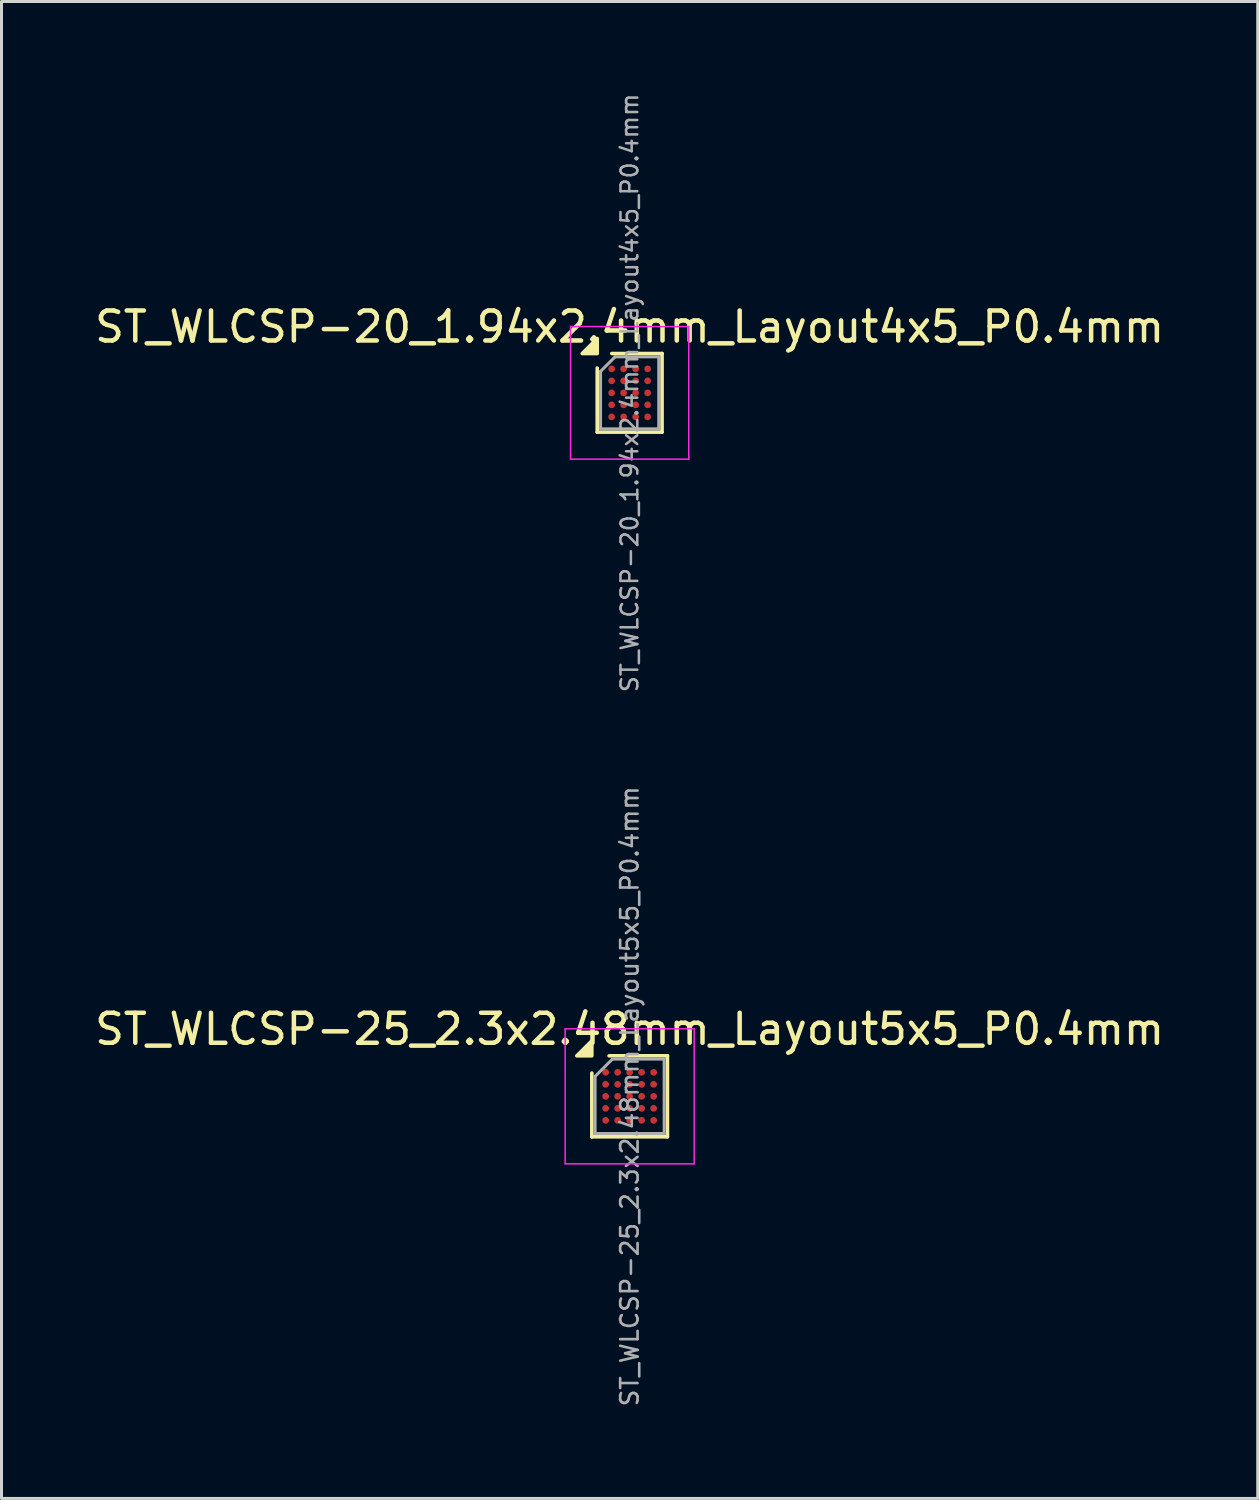
<source format=kicad_pcb>
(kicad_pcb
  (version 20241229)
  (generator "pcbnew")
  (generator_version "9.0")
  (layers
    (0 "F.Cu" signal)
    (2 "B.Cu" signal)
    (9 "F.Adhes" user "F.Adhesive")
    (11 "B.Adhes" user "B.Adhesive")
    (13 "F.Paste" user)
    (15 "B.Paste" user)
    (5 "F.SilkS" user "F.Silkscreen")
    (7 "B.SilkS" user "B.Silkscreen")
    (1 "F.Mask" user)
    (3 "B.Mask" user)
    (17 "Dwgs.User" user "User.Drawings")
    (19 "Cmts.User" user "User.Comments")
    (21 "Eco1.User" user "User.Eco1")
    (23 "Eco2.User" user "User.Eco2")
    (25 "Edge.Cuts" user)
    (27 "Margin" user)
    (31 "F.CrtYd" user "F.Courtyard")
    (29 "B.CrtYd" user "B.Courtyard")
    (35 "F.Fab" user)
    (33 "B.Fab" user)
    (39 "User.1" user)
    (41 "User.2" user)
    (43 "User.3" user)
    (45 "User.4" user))
  (footprint "ST_WLCSP-20_1.94x2.4mm_Layout4x5_P0.4mm"
    (layer "F.Cu")
    (at 17.935 10.043)
    (property "Reference" "ST_WLCSP-20_1.94x2.4mm_Layout4x5_P0.4mm" (at 0 -2.2 0) (layer "F.SilkS") (effects (font (size 1 1) (thickness 0.15))))
    (attr smd)
    (fp_line (start -1.08 1.31) (end -1.08 -0.825) (stroke (width 0.12) (type solid)) (layer "F.SilkS"))
    (fp_line (start -0.595 -1.31) (end 1.08 -1.31) (stroke (width 0.12) (type solid)) (layer "F.SilkS"))
    (fp_line (start 1.08 -1.31) (end 1.08 1.31) (stroke (width 0.12) (type solid)) (layer "F.SilkS"))
    (fp_line (start 1.08 1.31) (end -1.08 1.31) (stroke (width 0.12) (type solid)) (layer "F.SilkS"))
    (fp_poly (pts (xy -1.08 -1.31) (xy -1.58 -1.31) (xy -1.08 -1.81) (xy -1.08 -1.31)) (stroke (width 0.12) (type solid)) (fill yes) (layer "F.SilkS"))
    (fp_line (start -1.97 -2.21) (end -1.97 2.21) (stroke (width 0.05) (type solid)) (layer "F.CrtYd"))
    (fp_line (start -1.97 2.21) (end 1.97 2.21) (stroke (width 0.05) (type solid)) (layer "F.CrtYd"))
    (fp_line (start 1.97 -2.21) (end -1.97 -2.21) (stroke (width 0.05) (type solid)) (layer "F.CrtYd"))
    (fp_line (start 1.97 2.21) (end 1.97 -2.21) (stroke (width 0.05) (type solid)) (layer "F.CrtYd"))
    (fp_line (start -0.97 -0.715) (end -0.485 -1.2) (stroke (width 0.1) (type solid)) (layer "F.Fab"))
    (fp_line (start -0.97 1.2) (end -0.97 -0.715) (stroke (width 0.1) (type solid)) (layer "F.Fab"))
    (fp_line (start -0.485 -1.2) (end 0.97 -1.2) (stroke (width 0.1) (type solid)) (layer "F.Fab"))
    (fp_line (start 0.97 -1.2) (end 0.97 1.2) (stroke (width 0.1) (type solid)) (layer "F.Fab"))
    (fp_line (start 0.97 1.2) (end -0.97 1.2) (stroke (width 0.1) (type solid)) (layer "F.Fab"))
    (fp_text user "${REFERENCE}" (at 0 0 270) (layer "F.Fab") (effects (font (size 0.56 0.56) (thickness 0.084))))
    (pad "A1" smd circle (at -0.6 -0.8) (size 0.225 0.225) (property pad_prop_bga) (layers "F.Cu" "F.Mask" "F.Paste"))
    (pad "A2" smd circle (at -0.2 -0.8) (size 0.225 0.225) (property pad_prop_bga) (layers "F.Cu" "F.Mask" "F.Paste"))
    (pad "A3" smd circle (at 0.2 -0.8) (size 0.225 0.225) (property pad_prop_bga) (layers "F.Cu" "F.Mask" "F.Paste"))
    (pad "A4" smd circle (at 0.6 -0.8) (size 0.225 0.225) (property pad_prop_bga) (layers "F.Cu" "F.Mask" "F.Paste"))
    (pad "B1" smd circle (at -0.6 -0.4) (size 0.225 0.225) (property pad_prop_bga) (layers "F.Cu" "F.Mask" "F.Paste"))
    (pad "B2" smd circle (at -0.2 -0.4) (size 0.225 0.225) (property pad_prop_bga) (layers "F.Cu" "F.Mask" "F.Paste"))
    (pad "B3" smd circle (at 0.2 -0.4) (size 0.225 0.225) (property pad_prop_bga) (layers "F.Cu" "F.Mask" "F.Paste"))
    (pad "B4" smd circle (at 0.6 -0.4) (size 0.225 0.225) (property pad_prop_bga) (layers "F.Cu" "F.Mask" "F.Paste"))
    (pad "C1" smd circle (at -0.6 0) (size 0.225 0.225) (property pad_prop_bga) (layers "F.Cu" "F.Mask" "F.Paste"))
    (pad "C2" smd circle (at -0.2 0) (size 0.225 0.225) (property pad_prop_bga) (layers "F.Cu" "F.Mask" "F.Paste"))
    (pad "C3" smd circle (at 0.2 0) (size 0.225 0.225) (property pad_prop_bga) (layers "F.Cu" "F.Mask" "F.Paste"))
    (pad "C4" smd circle (at 0.6 0) (size 0.225 0.225) (property pad_prop_bga) (layers "F.Cu" "F.Mask" "F.Paste"))
    (pad "D1" smd circle (at -0.6 0.4) (size 0.225 0.225) (property pad_prop_bga) (layers "F.Cu" "F.Mask" "F.Paste"))
    (pad "D2" smd circle (at -0.2 0.4) (size 0.225 0.225) (property pad_prop_bga) (layers "F.Cu" "F.Mask" "F.Paste"))
    (pad "D3" smd circle (at 0.2 0.4) (size 0.225 0.225) (property pad_prop_bga) (layers "F.Cu" "F.Mask" "F.Paste"))
    (pad "D4" smd circle (at 0.6 0.4) (size 0.225 0.225) (property pad_prop_bga) (layers "F.Cu" "F.Mask" "F.Paste"))
    (pad "E1" smd circle (at -0.6 0.8) (size 0.225 0.225) (property pad_prop_bga) (layers "F.Cu" "F.Mask" "F.Paste"))
    (pad "E2" smd circle (at -0.2 0.8) (size 0.225 0.225) (property pad_prop_bga) (layers "F.Cu" "F.Mask" "F.Paste"))
    (pad "E3" smd circle (at 0.2 0.8) (size 0.225 0.225) (property pad_prop_bga) (layers "F.Cu" "F.Mask" "F.Paste"))
    (pad "E4" smd circle (at 0.6 0.8) (size 0.225 0.225) (property pad_prop_bga) (layers "F.Cu" "F.Mask" "F.Paste")))
  (footprint "ST_WLCSP-25_2.3x2.48mm_Layout5x5_P0.4mm"
    (layer "F.Cu")
    (at 17.935 33.489)
    (property "Reference" "ST_WLCSP-25_2.3x2.48mm_Layout5x5_P0.4mm" (at 0 -2.24 0) (layer "F.SilkS") (effects (font (size 1 1) (thickness 0.15))))
    (attr smd)
    (fp_line (start -1.26 1.35) (end -1.26 -0.775) (stroke (width 0.12) (type solid)) (layer "F.SilkS"))
    (fp_line (start -0.685 -1.35) (end 1.26 -1.35) (stroke (width 0.12) (type solid)) (layer "F.SilkS"))
    (fp_line (start 1.26 -1.35) (end 1.26 1.35) (stroke (width 0.12) (type solid)) (layer "F.SilkS"))
    (fp_line (start 1.26 1.35) (end -1.26 1.35) (stroke (width 0.12) (type solid)) (layer "F.SilkS"))
    (fp_poly (pts (xy -1.26 -1.35) (xy -1.76 -1.35) (xy -1.26 -1.85) (xy -1.26 -1.35)) (stroke (width 0.12) (type solid)) (fill yes) (layer "F.SilkS"))
    (fp_line (start -2.15 -2.25) (end -2.15 2.25) (stroke (width 0.05) (type solid)) (layer "F.CrtYd"))
    (fp_line (start -2.15 2.25) (end 2.15 2.25) (stroke (width 0.05) (type solid)) (layer "F.CrtYd"))
    (fp_line (start 2.15 -2.25) (end -2.15 -2.25) (stroke (width 0.05) (type solid)) (layer "F.CrtYd"))
    (fp_line (start 2.15 2.25) (end 2.15 -2.25) (stroke (width 0.05) (type solid)) (layer "F.CrtYd"))
    (fp_line (start -1.15 -0.665) (end -0.575 -1.24) (stroke (width 0.1) (type solid)) (layer "F.Fab"))
    (fp_line (start -1.15 1.24) (end -1.15 -0.665) (stroke (width 0.1) (type solid)) (layer "F.Fab"))
    (fp_line (start -0.575 -1.24) (end 1.15 -1.24) (stroke (width 0.1) (type solid)) (layer "F.Fab"))
    (fp_line (start 1.15 -1.24) (end 1.15 1.24) (stroke (width 0.1) (type solid)) (layer "F.Fab"))
    (fp_line (start 1.15 1.24) (end -1.15 1.24) (stroke (width 0.1) (type solid)) (layer "F.Fab"))
    (fp_text user "${REFERENCE}" (at 0 0 270) (layer "F.Fab") (effects (font (size 0.58 0.58) (thickness 0.087))))
    (pad "A1" smd circle (at -0.8 -0.8) (size 0.225 0.225) (property pad_prop_bga) (layers "F.Cu" "F.Mask" "F.Paste"))
    (pad "A2" smd circle (at -0.4 -0.8) (size 0.225 0.225) (property pad_prop_bga) (layers "F.Cu" "F.Mask" "F.Paste"))
    (pad "A3" smd circle (at 0 -0.8) (size 0.225 0.225) (property pad_prop_bga) (layers "F.Cu" "F.Mask" "F.Paste"))
    (pad "A4" smd circle (at 0.4 -0.8) (size 0.225 0.225) (property pad_prop_bga) (layers "F.Cu" "F.Mask" "F.Paste"))
    (pad "A5" smd circle (at 0.8 -0.8) (size 0.225 0.225) (property pad_prop_bga) (layers "F.Cu" "F.Mask" "F.Paste"))
    (pad "B1" smd circle (at -0.8 -0.4) (size 0.225 0.225) (property pad_prop_bga) (layers "F.Cu" "F.Mask" "F.Paste"))
    (pad "B2" smd circle (at -0.4 -0.4) (size 0.225 0.225) (property pad_prop_bga) (layers "F.Cu" "F.Mask" "F.Paste"))
    (pad "B3" smd circle (at 0 -0.4) (size 0.225 0.225) (property pad_prop_bga) (layers "F.Cu" "F.Mask" "F.Paste"))
    (pad "B4" smd circle (at 0.4 -0.4) (size 0.225 0.225) (property pad_prop_bga) (layers "F.Cu" "F.Mask" "F.Paste"))
    (pad "B5" smd circle (at 0.8 -0.4) (size 0.225 0.225) (property pad_prop_bga) (layers "F.Cu" "F.Mask" "F.Paste"))
    (pad "C1" smd circle (at -0.8 0) (size 0.225 0.225) (property pad_prop_bga) (layers "F.Cu" "F.Mask" "F.Paste"))
    (pad "C2" smd circle (at -0.4 0) (size 0.225 0.225) (property pad_prop_bga) (layers "F.Cu" "F.Mask" "F.Paste"))
    (pad "C3" smd circle (at 0 0) (size 0.225 0.225) (property pad_prop_bga) (layers "F.Cu" "F.Mask" "F.Paste"))
    (pad "C4" smd circle (at 0.4 0) (size 0.225 0.225) (property pad_prop_bga) (layers "F.Cu" "F.Mask" "F.Paste"))
    (pad "C5" smd circle (at 0.8 0) (size 0.225 0.225) (property pad_prop_bga) (layers "F.Cu" "F.Mask" "F.Paste"))
    (pad "D1" smd circle (at -0.8 0.4) (size 0.225 0.225) (property pad_prop_bga) (layers "F.Cu" "F.Mask" "F.Paste"))
    (pad "D2" smd circle (at -0.4 0.4) (size 0.225 0.225) (property pad_prop_bga) (layers "F.Cu" "F.Mask" "F.Paste"))
    (pad "D3" smd circle (at 0 0.4) (size 0.225 0.225) (property pad_prop_bga) (layers "F.Cu" "F.Mask" "F.Paste"))
    (pad "D4" smd circle (at 0.4 0.4) (size 0.225 0.225) (property pad_prop_bga) (layers "F.Cu" "F.Mask" "F.Paste"))
    (pad "D5" smd circle (at 0.8 0.4) (size 0.225 0.225) (property pad_prop_bga) (layers "F.Cu" "F.Mask" "F.Paste"))
    (pad "E1" smd circle (at -0.8 0.8) (size 0.225 0.225) (property pad_prop_bga) (layers "F.Cu" "F.Mask" "F.Paste"))
    (pad "E2" smd circle (at -0.4 0.8) (size 0.225 0.225) (property pad_prop_bga) (layers "F.Cu" "F.Mask" "F.Paste"))
    (pad "E3" smd circle (at 0 0.8) (size 0.225 0.225) (property pad_prop_bga) (layers "F.Cu" "F.Mask" "F.Paste"))
    (pad "E4" smd circle (at 0.4 0.8) (size 0.225 0.225) (property pad_prop_bga) (layers "F.Cu" "F.Mask" "F.Paste"))
    (pad "E5" smd circle (at 0.8 0.8) (size 0.225 0.225) (property pad_prop_bga) (layers "F.Cu" "F.Mask" "F.Paste")))
  (gr_rect
    (start -3 -3)
    (end 38.869 46.891)
    (stroke (width 0.1) (type default))
    (fill no)
    (layer "Edge.Cuts")))
</source>
